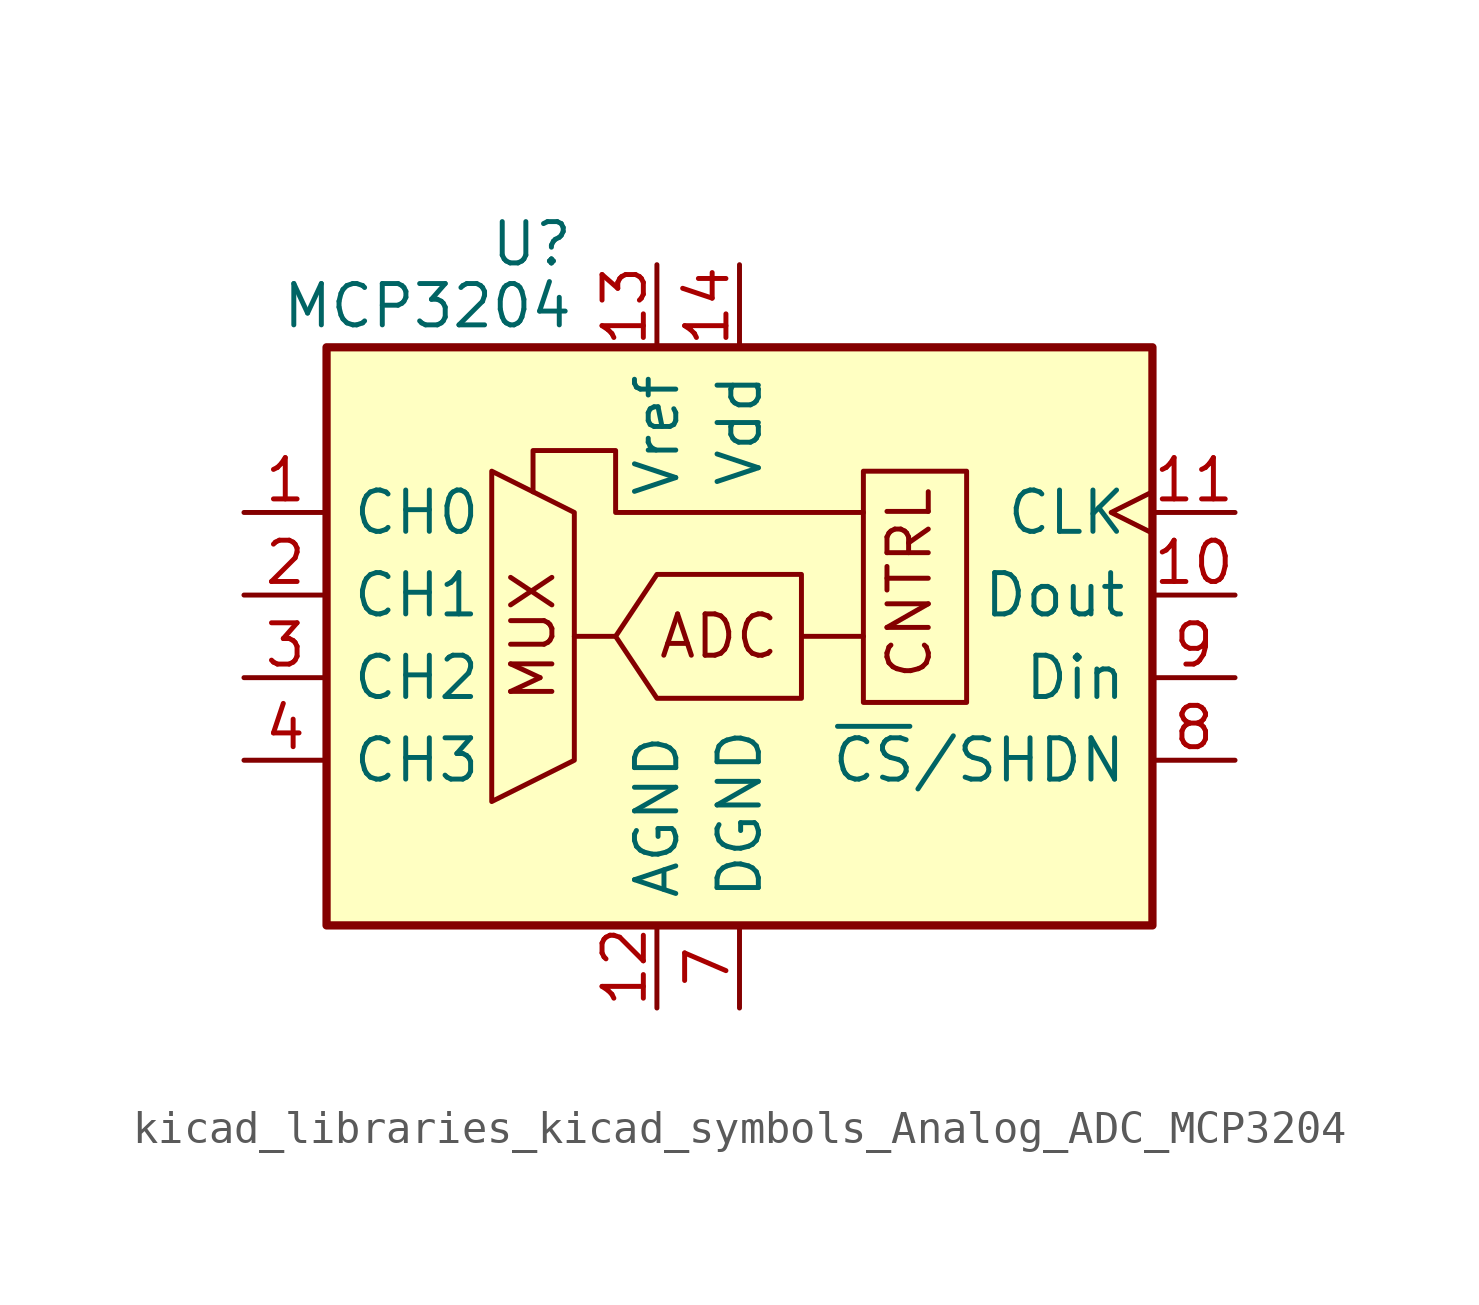
<source format=kicad_sym>
(kicad_symbol_lib
  (version 20220914)
  (generator kicad_symbol_editor)
  (symbol "kicad_libraries_kicad_symbols_Analog_ADC_MCP3204"
    (pin_names
      (offset 0.762))
    (property "Reference" "U"
      (at -5.08 10.795 0)
      (effects (font (size 1.27 1.27)) (justify right)))
    (property "Value" "MCP3204"
      (at -5.08 8.89 0)
      (effects (font (size 1.27 1.27)) (justify right)))
    (symbol "kicad_libraries_kicad_symbols_Analog_ADC_MCP3204_0_0"
      (text "ADC" (at -0.635 -1.27 0) (effects (font (size 1.27 1.27))))
      (text "CNTRL" (at 5.969 -2.667 900) (effects (font (size 1.27 1.27)) (justify left bottom)))
      (text "MUX" (at -6.35 -1.27 900) (effects (font (size 1.27 1.27)))))
    (symbol "kicad_libraries_kicad_symbols_Analog_ADC_MCP3204_0_1"
      (polyline (pts (xy -5.08 -1.27) (xy -3.81 -1.27)) (stroke (width 0) (type default)) (fill (type none)))
      (polyline (pts (xy 1.905 -1.27) (xy 3.81 -1.27)) (stroke (width 0) (type default)) (fill (type none)))
      (polyline (pts (xy -7.62 3.81) (xy -7.62 -6.35) (xy -5.08 -5.08) (xy -5.08 2.54) (xy -7.62 3.81)) (stroke (width 0) (type default)) (fill (type none)))
      (polyline (pts (xy 3.81 2.54) (xy -3.81 2.54) (xy -3.81 4.445) (xy -6.35 4.445) (xy -6.35 3.175)) (stroke (width 0) (type default)) (fill (type none)))
      (polyline (pts (xy -3.81 -1.27) (xy -2.54 0.635) (xy 1.905 0.635) (xy 1.905 -3.175) (xy -2.54 -3.175) (xy -3.81 -1.27)) (stroke (width 0) (type default)) (fill (type none)))
      (rectangle (start 3.81 -3.302) (end 6.985 3.81) (stroke (width 0) (type default)) (fill (type none)))
      (rectangle (start 12.7 7.62) (end -12.7 -10.16) (stroke (width 0.254) (type default)) (fill (type background))))
    (symbol "kicad_libraries_kicad_symbols_Analog_ADC_MCP3204_1_1"
      (pin input line (at -15.24 2.54 0) (length 2.54) (name "CH0" (effects (font (size 1.27 1.27)))) (number "1" (effects (font (size 1.27 1.27)))))
      (pin output line (at 15.24 0 180) (length 2.54) (name "Dout" (effects (font (size 1.27 1.27)))) (number "10" (effects (font (size 1.27 1.27)))))
      (pin input clock (at 15.24 2.54 180) (length 2.54) (name "CLK" (effects (font (size 1.27 1.27)))) (number "11" (effects (font (size 1.27 1.27)))))
      (pin power_in line (at -2.54 -12.7 90) (length 2.54) (name "AGND" (effects (font (size 1.27 1.27)))) (number "12" (effects (font (size 1.27 1.27)))))
      (pin power_in line (at -2.54 10.16 270) (length 2.54) (name "Vref" (effects (font (size 1.27 1.27)))) (number "13" (effects (font (size 1.27 1.27)))))
      (pin power_in line (at 0 10.16 270) (length 2.54) (name "Vdd" (effects (font (size 1.27 1.27)))) (number "14" (effects (font (size 1.27 1.27)))))
      (pin input line (at -15.24 0 0) (length 2.54) (name "CH1" (effects (font (size 1.27 1.27)))) (number "2" (effects (font (size 1.27 1.27)))))
      (pin input line (at -15.24 -2.54 0) (length 2.54) (name "CH2" (effects (font (size 1.27 1.27)))) (number "3" (effects (font (size 1.27 1.27)))))
      (pin input line (at -15.24 -5.08 0) (length 2.54) (name "CH3" (effects (font (size 1.27 1.27)))) (number "4" (effects (font (size 1.27 1.27)))))
      (pin no_connect line (at -10.16 -10.16 90) (length 2.54) hide (name "NC" (effects (font (size 1.27 1.27)))) (number "5" (effects (font (size 1.27 1.27)))))
      (pin no_connect line (at -7.62 -10.16 90) (length 2.54) hide (name "NC" (effects (font (size 1.27 1.27)))) (number "6" (effects (font (size 1.27 1.27)))))
      (pin power_in line (at 0 -12.7 90) (length 2.54) (name "DGND" (effects (font (size 1.27 1.27)))) (number "7" (effects (font (size 1.27 1.27)))))
      (pin input line (at 15.24 -5.08 180) (length 2.54) (name "~{CS}/SHDN" (effects (font (size 1.27 1.27)))) (number "8" (effects (font (size 1.27 1.27)))))
      (pin input line (at 15.24 -2.54 180) (length 2.54) (name "Din" (effects (font (size 1.27 1.27)))) (number "9" (effects (font (size 1.27 1.27))))))))
</source>
